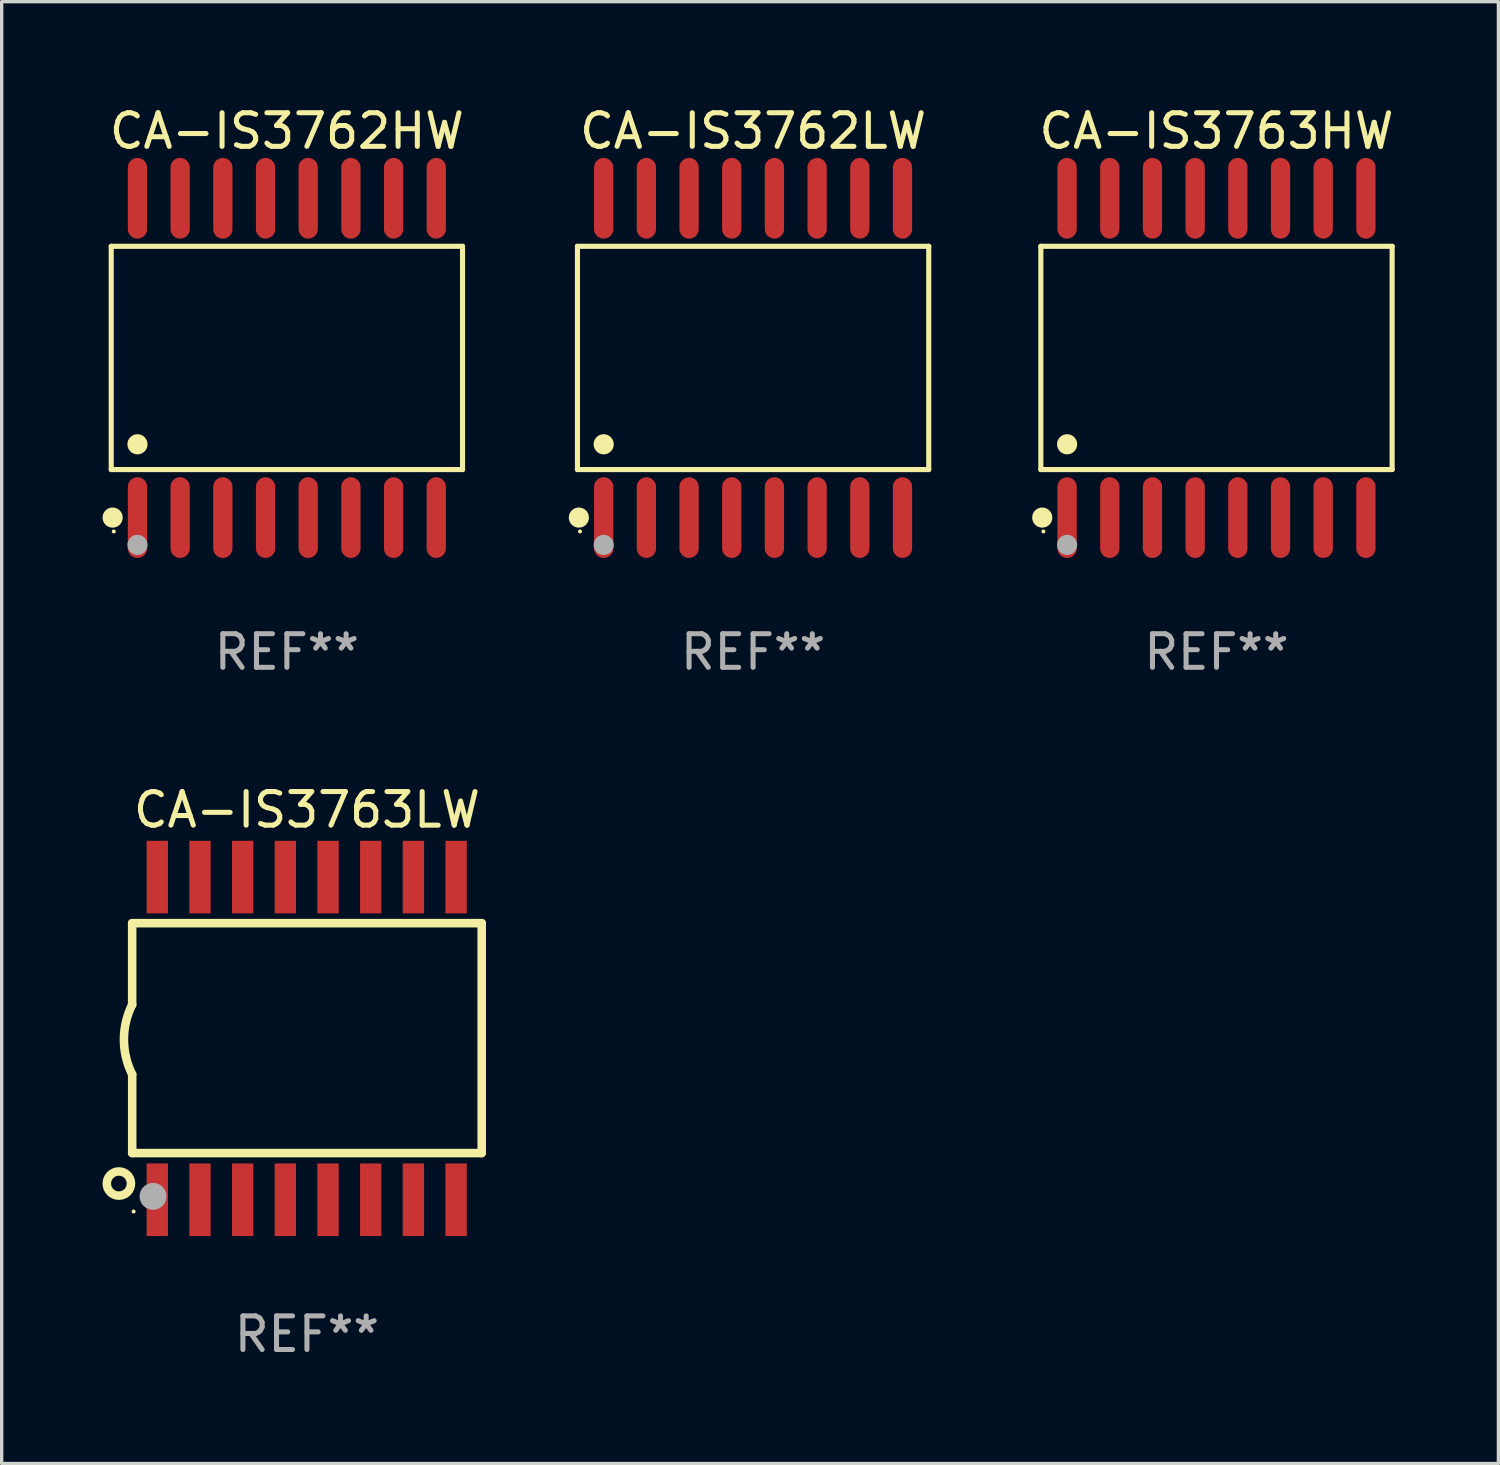
<source format=kicad_pcb>
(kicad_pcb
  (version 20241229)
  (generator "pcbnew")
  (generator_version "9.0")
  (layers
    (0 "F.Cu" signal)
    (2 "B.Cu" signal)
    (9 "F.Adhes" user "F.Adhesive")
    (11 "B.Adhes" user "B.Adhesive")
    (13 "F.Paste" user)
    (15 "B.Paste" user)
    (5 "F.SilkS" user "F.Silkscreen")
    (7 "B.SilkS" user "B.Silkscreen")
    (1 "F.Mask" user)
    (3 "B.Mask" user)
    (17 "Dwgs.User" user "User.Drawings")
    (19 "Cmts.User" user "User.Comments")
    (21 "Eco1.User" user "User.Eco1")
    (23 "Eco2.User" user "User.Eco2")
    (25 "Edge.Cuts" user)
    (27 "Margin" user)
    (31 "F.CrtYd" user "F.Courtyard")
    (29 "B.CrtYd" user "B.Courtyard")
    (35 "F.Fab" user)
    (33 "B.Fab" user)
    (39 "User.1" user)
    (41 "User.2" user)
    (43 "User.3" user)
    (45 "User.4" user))
  (footprint "CA-IS3762LW"
    (layer "F.Cu")
    (at 19.356 7.599)
    (property "Reference" "CA-IS3762LW" (at 0 -6.75 0) (layer "F.SilkS") (effects (font (size 1 1) (thickness 0.15))))
    (attr through_hole)
    (fp_line (start -5.226 -3.321) (end 5.226 -3.321) (stroke (width 0.152) (type solid)) (layer "F.SilkS"))
    (fp_line (start -5.226 3.321) (end -5.226 -3.321) (stroke (width 0.152) (type solid)) (layer "F.SilkS"))
    (fp_line (start 5.226 -3.321) (end 5.226 3.321) (stroke (width 0.152) (type solid)) (layer "F.SilkS"))
    (fp_line (start 5.226 3.321) (end -5.226 3.321) (stroke (width 0.152) (type solid)) (layer "F.SilkS"))
    (fp_circle (center -5.184 4.75) (end -5.034 4.75) (stroke (width 0.3) (type solid)) (fill no) (layer "F.SilkS"))
    (fp_circle (center -5.15 5.163) (end -5.12 5.163) (stroke (width 0.06) (type solid)) (fill no) (layer "F.SilkS"))
    (fp_circle (center -4.445 2.569) (end -4.295 2.569) (stroke (width 0.3) (type solid)) (fill no) (layer "F.SilkS"))
    (fp_circle (center -4.445 5.563) (end -4.295 5.563) (stroke (width 0.3) (type solid)) (fill no) (layer "F.Fab"))
    (fp_text user "REF**" (at 0 8.75 0) (layer "F.Fab") (effects (font (size 1 1) (thickness 0.15))))
    (pad "1" smd oval (at -4.445 4.75) (size 0.574 2.401) (layers "F.Cu" "F.Mask" "F.Paste"))
    (pad "2" smd oval (at -3.175 4.75) (size 0.574 2.401) (layers "F.Cu" "F.Mask" "F.Paste"))
    (pad "3" smd oval (at -1.905 4.75) (size 0.574 2.401) (layers "F.Cu" "F.Mask" "F.Paste"))
    (pad "4" smd oval (at -0.635 4.75) (size 0.574 2.401) (layers "F.Cu" "F.Mask" "F.Paste"))
    (pad "5" smd oval (at 0.635 4.75) (size 0.574 2.401) (layers "F.Cu" "F.Mask" "F.Paste"))
    (pad "6" smd oval (at 1.905 4.75) (size 0.574 2.401) (layers "F.Cu" "F.Mask" "F.Paste"))
    (pad "7" smd oval (at 3.175 4.75) (size 0.574 2.401) (layers "F.Cu" "F.Mask" "F.Paste"))
    (pad "8" smd oval (at 4.445 4.75) (size 0.574 2.401) (layers "F.Cu" "F.Mask" "F.Paste"))
    (pad "9" smd oval (at 4.445 -4.75) (size 0.574 2.401) (layers "F.Cu" "F.Mask" "F.Paste"))
    (pad "10" smd oval (at 3.175 -4.75) (size 0.574 2.401) (layers "F.Cu" "F.Mask" "F.Paste"))
    (pad "11" smd oval (at 1.905 -4.75) (size 0.574 2.401) (layers "F.Cu" "F.Mask" "F.Paste"))
    (pad "12" smd oval (at 0.635 -4.75) (size 0.574 2.401) (layers "F.Cu" "F.Mask" "F.Paste"))
    (pad "13" smd oval (at -0.635 -4.75) (size 0.574 2.401) (layers "F.Cu" "F.Mask" "F.Paste"))
    (pad "14" smd oval (at -1.905 -4.75) (size 0.574 2.401) (layers "F.Cu" "F.Mask" "F.Paste"))
    (pad "15" smd oval (at -3.175 -4.75) (size 0.574 2.401) (layers "F.Cu" "F.Mask" "F.Paste"))
    (pad "16" smd oval (at -4.445 -4.75) (size 0.574 2.401) (layers "F.Cu" "F.Mask" "F.Paste")))
  (footprint "CA-IS3763HW"
    (layer "F.Cu")
    (at 33.143 7.599)
    (property "Reference" "CA-IS3763HW" (at 0 -6.75 0) (layer "F.SilkS") (effects (font (size 1 1) (thickness 0.15))))
    (attr through_hole)
    (fp_line (start -5.226 -3.321) (end 5.226 -3.321) (stroke (width 0.152) (type solid)) (layer "F.SilkS"))
    (fp_line (start -5.226 3.321) (end -5.226 -3.321) (stroke (width 0.152) (type solid)) (layer "F.SilkS"))
    (fp_line (start 5.226 -3.321) (end 5.226 3.321) (stroke (width 0.152) (type solid)) (layer "F.SilkS"))
    (fp_line (start 5.226 3.321) (end -5.226 3.321) (stroke (width 0.152) (type solid)) (layer "F.SilkS"))
    (fp_circle (center -5.184 4.75) (end -5.034 4.75) (stroke (width 0.3) (type solid)) (fill no) (layer "F.SilkS"))
    (fp_circle (center -5.15 5.163) (end -5.12 5.163) (stroke (width 0.06) (type solid)) (fill no) (layer "F.SilkS"))
    (fp_circle (center -4.445 2.569) (end -4.295 2.569) (stroke (width 0.3) (type solid)) (fill no) (layer "F.SilkS"))
    (fp_circle (center -4.445 5.563) (end -4.295 5.563) (stroke (width 0.3) (type solid)) (fill no) (layer "F.Fab"))
    (fp_text user "REF**" (at 0 8.75 0) (layer "F.Fab") (effects (font (size 1 1) (thickness 0.15))))
    (pad "1" smd oval (at -4.445 4.75) (size 0.574 2.401) (layers "F.Cu" "F.Mask" "F.Paste"))
    (pad "2" smd oval (at -3.175 4.75) (size 0.574 2.401) (layers "F.Cu" "F.Mask" "F.Paste"))
    (pad "3" smd oval (at -1.905 4.75) (size 0.574 2.401) (layers "F.Cu" "F.Mask" "F.Paste"))
    (pad "4" smd oval (at -0.635 4.75) (size 0.574 2.401) (layers "F.Cu" "F.Mask" "F.Paste"))
    (pad "5" smd oval (at 0.635 4.75) (size 0.574 2.401) (layers "F.Cu" "F.Mask" "F.Paste"))
    (pad "6" smd oval (at 1.905 4.75) (size 0.574 2.401) (layers "F.Cu" "F.Mask" "F.Paste"))
    (pad "7" smd oval (at 3.175 4.75) (size 0.574 2.401) (layers "F.Cu" "F.Mask" "F.Paste"))
    (pad "8" smd oval (at 4.445 4.75) (size 0.574 2.401) (layers "F.Cu" "F.Mask" "F.Paste"))
    (pad "9" smd oval (at 4.445 -4.75) (size 0.574 2.401) (layers "F.Cu" "F.Mask" "F.Paste"))
    (pad "10" smd oval (at 3.175 -4.75) (size 0.574 2.401) (layers "F.Cu" "F.Mask" "F.Paste"))
    (pad "11" smd oval (at 1.905 -4.75) (size 0.574 2.401) (layers "F.Cu" "F.Mask" "F.Paste"))
    (pad "12" smd oval (at 0.635 -4.75) (size 0.574 2.401) (layers "F.Cu" "F.Mask" "F.Paste"))
    (pad "13" smd oval (at -0.635 -4.75) (size 0.574 2.401) (layers "F.Cu" "F.Mask" "F.Paste"))
    (pad "14" smd oval (at -1.905 -4.75) (size 0.574 2.401) (layers "F.Cu" "F.Mask" "F.Paste"))
    (pad "15" smd oval (at -3.175 -4.75) (size 0.574 2.401) (layers "F.Cu" "F.Mask" "F.Paste"))
    (pad "16" smd oval (at -4.445 -4.75) (size 0.574 2.401) (layers "F.Cu" "F.Mask" "F.Paste")))
  (footprint "CA-IS3762HW"
    (layer "F.Cu")
    (at 5.485 7.599)
    (property "Reference" "CA-IS3762HW" (at 0 -6.75 0) (layer "F.SilkS") (effects (font (size 1 1) (thickness 0.15))))
    (attr through_hole)
    (fp_line (start -5.226 -3.321) (end 5.226 -3.321) (stroke (width 0.152) (type solid)) (layer "F.SilkS"))
    (fp_line (start -5.226 3.321) (end -5.226 -3.321) (stroke (width 0.152) (type solid)) (layer "F.SilkS"))
    (fp_line (start 5.226 -3.321) (end 5.226 3.321) (stroke (width 0.152) (type solid)) (layer "F.SilkS"))
    (fp_line (start 5.226 3.321) (end -5.226 3.321) (stroke (width 0.152) (type solid)) (layer "F.SilkS"))
    (fp_circle (center -5.184 4.75) (end -5.034 4.75) (stroke (width 0.3) (type solid)) (fill no) (layer "F.SilkS"))
    (fp_circle (center -5.15 5.163) (end -5.12 5.163) (stroke (width 0.06) (type solid)) (fill no) (layer "F.SilkS"))
    (fp_circle (center -4.445 2.569) (end -4.295 2.569) (stroke (width 0.3) (type solid)) (fill no) (layer "F.SilkS"))
    (fp_circle (center -4.445 5.563) (end -4.295 5.563) (stroke (width 0.3) (type solid)) (fill no) (layer "F.Fab"))
    (fp_text user "REF**" (at 0 8.75 0) (layer "F.Fab") (effects (font (size 1 1) (thickness 0.15))))
    (pad "1" smd oval (at -4.445 4.75) (size 0.574 2.401) (layers "F.Cu" "F.Mask" "F.Paste"))
    (pad "2" smd oval (at -3.175 4.75) (size 0.574 2.401) (layers "F.Cu" "F.Mask" "F.Paste"))
    (pad "3" smd oval (at -1.905 4.75) (size 0.574 2.401) (layers "F.Cu" "F.Mask" "F.Paste"))
    (pad "4" smd oval (at -0.635 4.75) (size 0.574 2.401) (layers "F.Cu" "F.Mask" "F.Paste"))
    (pad "5" smd oval (at 0.635 4.75) (size 0.574 2.401) (layers "F.Cu" "F.Mask" "F.Paste"))
    (pad "6" smd oval (at 1.905 4.75) (size 0.574 2.401) (layers "F.Cu" "F.Mask" "F.Paste"))
    (pad "7" smd oval (at 3.175 4.75) (size 0.574 2.401) (layers "F.Cu" "F.Mask" "F.Paste"))
    (pad "8" smd oval (at 4.445 4.75) (size 0.574 2.401) (layers "F.Cu" "F.Mask" "F.Paste"))
    (pad "9" smd oval (at 4.445 -4.75) (size 0.574 2.401) (layers "F.Cu" "F.Mask" "F.Paste"))
    (pad "10" smd oval (at 3.175 -4.75) (size 0.574 2.401) (layers "F.Cu" "F.Mask" "F.Paste"))
    (pad "11" smd oval (at 1.905 -4.75) (size 0.574 2.401) (layers "F.Cu" "F.Mask" "F.Paste"))
    (pad "12" smd oval (at 0.635 -4.75) (size 0.574 2.401) (layers "F.Cu" "F.Mask" "F.Paste"))
    (pad "13" smd oval (at -0.635 -4.75) (size 0.574 2.401) (layers "F.Cu" "F.Mask" "F.Paste"))
    (pad "14" smd oval (at -1.905 -4.75) (size 0.574 2.401) (layers "F.Cu" "F.Mask" "F.Paste"))
    (pad "15" smd oval (at -3.175 -4.75) (size 0.574 2.401) (layers "F.Cu" "F.Mask" "F.Paste"))
    (pad "16" smd oval (at -4.445 -4.75) (size 0.574 2.401) (layers "F.Cu" "F.Mask" "F.Paste")))
  (footprint "CA-IS3763LW"
    (layer "F.Cu")
    (at 6.082 27.845)
    (property "Reference" "CA-IS3763LW" (at 0 -6.8 0) (layer "F.SilkS") (effects (font (size 1 1) (thickness 0.15))))
    (attr through_hole)
    (fp_line (start -5.2 -3.429) (end -5.2 -1.005) (stroke (width 0.254) (type solid)) (layer "F.SilkS"))
    (fp_line (start -5.2 -3.429) (end 5.2 -3.429) (stroke (width 0.254) (type solid)) (layer "F.SilkS"))
    (fp_line (start -5.2 3.411) (end 5.2 3.411) (stroke (width 0.254) (type solid)) (layer "F.SilkS"))
    (fp_line (start -5.199 1.071) (end -5.199 3.411) (stroke (width 0.254) (type solid)) (layer "F.SilkS"))
    (fp_line (start 5.2 -3.429) (end 5.2 3.411) (stroke (width 0.254) (type solid)) (layer "F.SilkS"))
    (fp_arc (start -5.199391 1.07079) (mid -5.444637 0.032863) (end -5.2 -1.005207) (stroke (width 0.254001) (type solid)) (layer "F.SilkS"))
    (fp_circle (center -5.595 4.318) (end -5.235 4.318) (stroke (width 0.254) (type solid)) (fill no) (layer "F.SilkS"))
    (fp_circle (center -5.157 5.15) (end -5.127 5.15) (stroke (width 0.06) (type solid)) (fill no) (layer "F.SilkS"))
    (fp_circle (center -4.579 4.699) (end -4.379 4.699) (stroke (width 0.4) (type solid)) (fill no) (layer "F.Fab"))
    (fp_text user "REF**" (at 0 8.8 0) (layer "F.Fab") (effects (font (size 1 1) (thickness 0.15))))
    (pad "1" smd rect (at -4.452 4.8) (size 0.635 2.16) (layers "F.Cu" "F.Mask" "F.Paste"))
    (pad "2" smd rect (at -3.182 4.8) (size 0.635 2.16) (layers "F.Cu" "F.Mask" "F.Paste"))
    (pad "3" smd rect (at -1.912 4.8) (size 0.635 2.16) (layers "F.Cu" "F.Mask" "F.Paste"))
    (pad "4" smd rect (at -0.642 4.8) (size 0.635 2.16) (layers "F.Cu" "F.Mask" "F.Paste"))
    (pad "5" smd rect (at 0.628 4.8) (size 0.635 2.16) (layers "F.Cu" "F.Mask" "F.Paste"))
    (pad "6" smd rect (at 1.898 4.8) (size 0.635 2.16) (layers "F.Cu" "F.Mask" "F.Paste"))
    (pad "7" smd rect (at 3.168 4.8) (size 0.635 2.16) (layers "F.Cu" "F.Mask" "F.Paste"))
    (pad "8" smd rect (at 4.438 4.8) (size 0.635 2.16) (layers "F.Cu" "F.Mask" "F.Paste"))
    (pad "9" smd rect (at 4.438 -4.8) (size 0.635 2.16) (layers "F.Cu" "F.Mask" "F.Paste"))
    (pad "10" smd rect (at 3.168 -4.8) (size 0.635 2.16) (layers "F.Cu" "F.Mask" "F.Paste"))
    (pad "11" smd rect (at 1.898 -4.8) (size 0.635 2.16) (layers "F.Cu" "F.Mask" "F.Paste"))
    (pad "12" smd rect (at 0.628 -4.8) (size 0.635 2.16) (layers "F.Cu" "F.Mask" "F.Paste"))
    (pad "13" smd rect (at -0.642 -4.8) (size 0.635 2.16) (layers "F.Cu" "F.Mask" "F.Paste"))
    (pad "14" smd rect (at -1.912 -4.8) (size 0.635 2.16) (layers "F.Cu" "F.Mask" "F.Paste"))
    (pad "15" smd rect (at -3.182 -4.8) (size 0.635 2.16) (layers "F.Cu" "F.Mask" "F.Paste"))
    (pad "16" smd rect (at -4.452 -4.8) (size 0.635 2.16) (layers "F.Cu" "F.Mask" "F.Paste")))
  (gr_rect
    (start -3 -3)
    (end 41.53 40.494)
    (stroke (width 0.1) (type default))
    (fill no)
    (layer "Edge.Cuts")))
</source>
